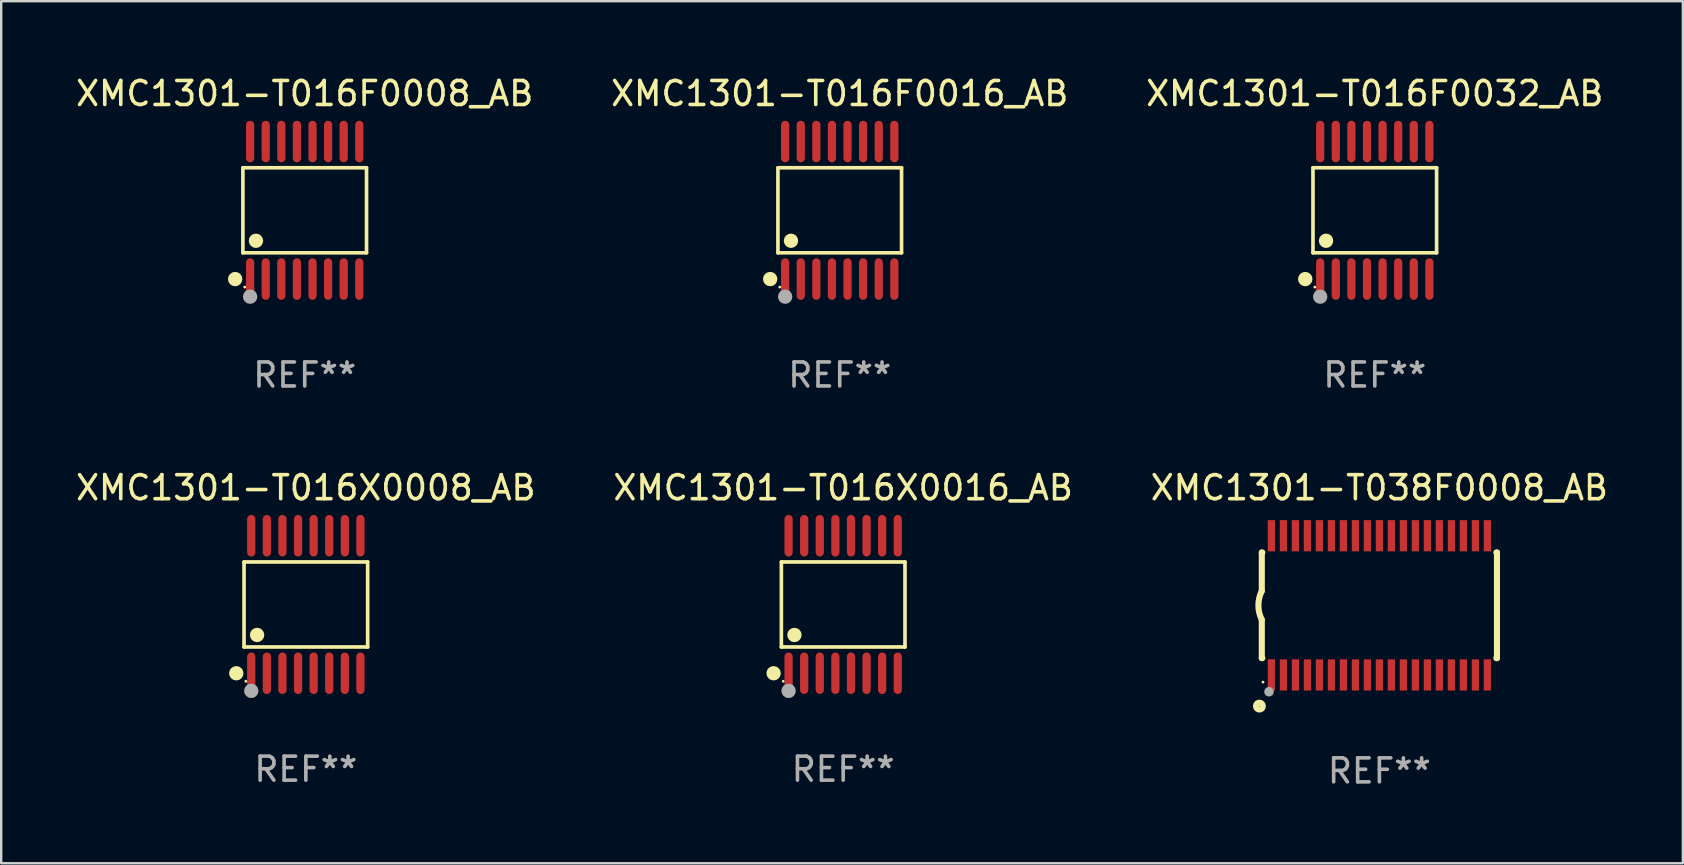
<source format=kicad_pcb>
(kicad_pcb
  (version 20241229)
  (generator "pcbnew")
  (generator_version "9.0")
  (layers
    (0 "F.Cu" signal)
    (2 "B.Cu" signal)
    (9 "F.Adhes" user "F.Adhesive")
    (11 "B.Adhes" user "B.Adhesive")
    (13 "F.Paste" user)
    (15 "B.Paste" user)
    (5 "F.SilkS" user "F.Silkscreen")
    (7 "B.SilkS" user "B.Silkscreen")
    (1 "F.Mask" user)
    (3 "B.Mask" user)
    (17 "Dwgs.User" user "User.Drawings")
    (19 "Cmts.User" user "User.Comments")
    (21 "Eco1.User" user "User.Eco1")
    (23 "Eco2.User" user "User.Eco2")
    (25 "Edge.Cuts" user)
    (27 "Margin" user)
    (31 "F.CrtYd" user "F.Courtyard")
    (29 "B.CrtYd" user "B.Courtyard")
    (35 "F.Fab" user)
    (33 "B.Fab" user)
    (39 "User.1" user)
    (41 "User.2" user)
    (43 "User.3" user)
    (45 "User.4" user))
  (footprint "XMC1301-T038F0008_AB"
    (layer "F.Cu")
    (at 54.435 22.177)
    (property "Reference" "XMC1301-T038F0008_AB" (at 0 -4.901 0) (layer "F.SilkS") (effects (font (size 1 1) (thickness 0.15))))
    (attr through_hole)
    (fp_line (start -4.9 -2.2) (end -4.9 -0.6) (stroke (width 0.254) (type solid)) (layer "F.SilkS"))
    (fp_line (start -4.9 -2.2) (end -4.876 -2.2) (stroke (width 0.254) (type solid)) (layer "F.SilkS"))
    (fp_line (start -4.9 2.2) (end -4.9 0.6) (stroke (width 0.254) (type solid)) (layer "F.SilkS"))
    (fp_line (start -4.9 2.2) (end -4.877 2.2) (stroke (width 0.254) (type solid)) (layer "F.SilkS"))
    (fp_line (start 4.876 -2.2) (end 4.9 -2.2) (stroke (width 0.254) (type solid)) (layer "F.SilkS"))
    (fp_line (start 4.877 2.2) (end 4.9 2.2) (stroke (width 0.254) (type solid)) (layer "F.SilkS"))
    (fp_line (start 4.9 -2.2) (end 4.9 2.2) (stroke (width 0.254) (type solid)) (layer "F.SilkS"))
    (fp_arc (start -4.900051 0.599822) (mid -5.041652 -0.000095) (end -4.9 -0.6) (stroke (width 0.254001) (type solid)) (layer "F.SilkS"))
    (fp_circle (center -5 4.2) (end -4.857 4.2) (stroke (width 0.254) (type solid)) (fill no) (layer "F.SilkS"))
    (fp_circle (center -4.85 3.2) (end -4.82 3.2) (stroke (width 0.06) (type solid)) (fill no) (layer "F.SilkS"))
    (fp_circle (center -4.6 3.6) (end -4.5 3.6) (stroke (width 0.2) (type solid)) (fill no) (layer "F.Fab"))
    (fp_text user "REF**" (at 0 6.901 0) (layer "F.Fab") (effects (font (size 1 1) (thickness 0.15))))
    (pad "1" smd rect (at -4.501 2.899 90) (size 1.3 0.3) (layers "F.Cu" "F.Mask" "F.Paste"))
    (pad "2" smd rect (at -3.999 2.901 90) (size 1.3 0.3) (layers "F.Cu" "F.Mask" "F.Paste"))
    (pad "3" smd rect (at -3.498 2.901 90) (size 1.3 0.3) (layers "F.Cu" "F.Mask" "F.Paste"))
    (pad "4" smd rect (at -2.999 2.901 90) (size 1.3 0.3) (layers "F.Cu" "F.Mask" "F.Paste"))
    (pad "5" smd rect (at -2.499 2.901 90) (size 1.3 0.3) (layers "F.Cu" "F.Mask" "F.Paste"))
    (pad "6" smd rect (at -1.999 2.901 90) (size 1.3 0.3) (layers "F.Cu" "F.Mask" "F.Paste"))
    (pad "7" smd rect (at -1.499 2.901 90) (size 1.3 0.3) (layers "F.Cu" "F.Mask" "F.Paste"))
    (pad "8" smd rect (at -0.999 2.901 90) (size 1.3 0.3) (layers "F.Cu" "F.Mask" "F.Paste"))
    (pad "9" smd rect (at -0.499 2.901 90) (size 1.3 0.3) (layers "F.Cu" "F.Mask" "F.Paste"))
    (pad "10" smd rect (at 0.001 2.901 90) (size 1.3 0.3) (layers "F.Cu" "F.Mask" "F.Paste"))
    (pad "11" smd rect (at 0.501 2.901 90) (size 1.3 0.3) (layers "F.Cu" "F.Mask" "F.Paste"))
    (pad "12" smd rect (at 1.001 2.901 90) (size 1.3 0.3) (layers "F.Cu" "F.Mask" "F.Paste"))
    (pad "13" smd rect (at 1.501 2.901 90) (size 1.3 0.3) (layers "F.Cu" "F.Mask" "F.Paste"))
    (pad "14" smd rect (at 2.001 2.901 90) (size 1.3 0.3) (layers "F.Cu" "F.Mask" "F.Paste"))
    (pad "15" smd rect (at 2.501 2.901 90) (size 1.3 0.3) (layers "F.Cu" "F.Mask" "F.Paste"))
    (pad "16" smd rect (at 3.001 2.901 90) (size 1.3 0.3) (layers "F.Cu" "F.Mask" "F.Paste"))
    (pad "17" smd rect (at 3.501 2.901 90) (size 1.3 0.3) (layers "F.Cu" "F.Mask" "F.Paste"))
    (pad "18" smd rect (at 4.001 2.901 90) (size 1.3 0.3) (layers "F.Cu" "F.Mask" "F.Paste"))
    (pad "19" smd rect (at 4.501 2.901 90) (size 1.3 0.3) (layers "F.Cu" "F.Mask" "F.Paste"))
    (pad "20" smd rect (at 4.501 -2.899 90) (size 1.3 0.3) (layers "F.Cu" "F.Mask" "F.Paste"))
    (pad "21" smd rect (at 4.001 -2.9 90) (size 1.3 0.3) (layers "F.Cu" "F.Mask" "F.Paste"))
    (pad "22" smd rect (at 3.501 -2.899 90) (size 1.3 0.3) (layers "F.Cu" "F.Mask" "F.Paste"))
    (pad "23" smd rect (at 3.002 -2.899 90) (size 1.3 0.3) (layers "F.Cu" "F.Mask" "F.Paste"))
    (pad "24" smd rect (at 2.499 -2.901 90) (size 1.3 0.3) (layers "F.Cu" "F.Mask" "F.Paste"))
    (pad "25" smd rect (at 2 -2.9 90) (size 1.3 0.3) (layers "F.Cu" "F.Mask" "F.Paste"))
    (pad "26" smd rect (at 1.5 -2.9 90) (size 1.3 0.3) (layers "F.Cu" "F.Mask" "F.Paste"))
    (pad "27" smd rect (at 1 -2.9 90) (size 1.3 0.3) (layers "F.Cu" "F.Mask" "F.Paste"))
    (pad "28" smd rect (at 0.5 -2.9 90) (size 1.3 0.3) (layers "F.Cu" "F.Mask" "F.Paste"))
    (pad "29" smd rect (at 0.000127 -2.9 90) (size 1.3 0.3) (layers "F.Cu" "F.Mask" "F.Paste"))
    (pad "30" smd rect (at -0.5 -2.9 90) (size 1.3 0.3) (layers "F.Cu" "F.Mask" "F.Paste"))
    (pad "31" smd rect (at -1 -2.9 90) (size 1.3 0.3) (layers "F.Cu" "F.Mask" "F.Paste"))
    (pad "32" smd rect (at -1.5 -2.9 90) (size 1.3 0.3) (layers "F.Cu" "F.Mask" "F.Paste"))
    (pad "33" smd rect (at -2 -2.9 90) (size 1.3 0.3) (layers "F.Cu" "F.Mask" "F.Paste"))
    (pad "34" smd rect (at -2.5 -2.9 90) (size 1.3 0.3) (layers "F.Cu" "F.Mask" "F.Paste"))
    (pad "35" smd rect (at -3 -2.9 90) (size 1.3 0.3) (layers "F.Cu" "F.Mask" "F.Paste"))
    (pad "36" smd rect (at -3.5 -2.9 90) (size 1.3 0.3) (layers "F.Cu" "F.Mask" "F.Paste"))
    (pad "37" smd rect (at -4 -2.9 90) (size 1.3 0.3) (layers "F.Cu" "F.Mask" "F.Paste"))
    (pad "38" smd rect (at -4.5 -2.9 90) (size 1.3 0.3) (layers "F.Cu" "F.Mask" "F.Paste")))
  (footprint "XMC1301-T016F0008_AB"
    (layer "F.Cu")
    (at 9.649 5.714)
    (property "Reference" "XMC1301-T016F0008_AB" (at 0 -4.866 0) (layer "F.SilkS") (effects (font (size 1 1) (thickness 0.15))))
    (attr through_hole)
    (fp_line (start -2.576 -1.772) (end 2.576 -1.772) (stroke (width 0.152) (type solid)) (layer "F.SilkS"))
    (fp_line (start -2.576 1.771) (end -2.576 -1.772) (stroke (width 0.152) (type solid)) (layer "F.SilkS"))
    (fp_line (start 2.576 -1.772) (end 2.576 1.771) (stroke (width 0.152) (type solid)) (layer "F.SilkS"))
    (fp_line (start 2.576 1.771) (end -2.576 1.771) (stroke (width 0.152) (type solid)) (layer "F.SilkS"))
    (fp_circle (center -2.899 2.866) (end -2.749 2.866) (stroke (width 0.3) (type solid)) (fill no) (layer "F.SilkS"))
    (fp_circle (center -2.5 3.2) (end -2.47 3.2) (stroke (width 0.06) (type solid)) (fill no) (layer "F.SilkS"))
    (fp_circle (center -2.032 1.27) (end -1.882 1.27) (stroke (width 0.3) (type solid)) (fill no) (layer "F.SilkS"))
    (fp_circle (center -2.275 3.6) (end -2.125 3.6) (stroke (width 0.3) (type solid)) (fill no) (layer "F.Fab"))
    (fp_text user "REF**" (at 0 6.866 0) (layer "F.Fab") (effects (font (size 1 1) (thickness 0.15))))
    (pad "1" smd oval (at -2.275 2.866) (size 0.343 1.731) (layers "F.Cu" "F.Mask" "F.Paste"))
    (pad "2" smd oval (at -1.625 2.866) (size 0.343 1.731) (layers "F.Cu" "F.Mask" "F.Paste"))
    (pad "3" smd oval (at -0.975 2.866) (size 0.343 1.731) (layers "F.Cu" "F.Mask" "F.Paste"))
    (pad "4" smd oval (at -0.325 2.866) (size 0.343 1.731) (layers "F.Cu" "F.Mask" "F.Paste"))
    (pad "5" smd oval (at 0.325 2.866) (size 0.343 1.731) (layers "F.Cu" "F.Mask" "F.Paste"))
    (pad "6" smd oval (at 0.975 2.866) (size 0.343 1.731) (layers "F.Cu" "F.Mask" "F.Paste"))
    (pad "7" smd oval (at 1.625 2.866) (size 0.343 1.731) (layers "F.Cu" "F.Mask" "F.Paste"))
    (pad "8" smd oval (at 2.275 2.866) (size 0.343 1.731) (layers "F.Cu" "F.Mask" "F.Paste"))
    (pad "9" smd oval (at 2.275 -2.866) (size 0.343 1.731) (layers "F.Cu" "F.Mask" "F.Paste"))
    (pad "10" smd oval (at 1.625 -2.866) (size 0.343 1.731) (layers "F.Cu" "F.Mask" "F.Paste"))
    (pad "11" smd oval (at 0.975 -2.866) (size 0.343 1.731) (layers "F.Cu" "F.Mask" "F.Paste"))
    (pad "12" smd oval (at 0.325 -2.866) (size 0.343 1.731) (layers "F.Cu" "F.Mask" "F.Paste"))
    (pad "13" smd oval (at -0.325 -2.866) (size 0.343 1.731) (layers "F.Cu" "F.Mask" "F.Paste"))
    (pad "14" smd oval (at -0.975 -2.866) (size 0.343 1.731) (layers "F.Cu" "F.Mask" "F.Paste"))
    (pad "15" smd oval (at -1.625 -2.866) (size 0.343 1.731) (layers "F.Cu" "F.Mask" "F.Paste"))
    (pad "16" smd oval (at -2.275 -2.866) (size 0.343 1.731) (layers "F.Cu" "F.Mask" "F.Paste")))
  (footprint "XMC1301-T016X0016_AB"
    (layer "F.Cu")
    (at 32.089 22.142)
    (property "Reference" "XMC1301-T016X0016_AB" (at 0 -4.866 0) (layer "F.SilkS") (effects (font (size 1 1) (thickness 0.15))))
    (attr through_hole)
    (fp_line (start -2.576 -1.772) (end 2.576 -1.772) (stroke (width 0.152) (type solid)) (layer "F.SilkS"))
    (fp_line (start -2.576 1.771) (end -2.576 -1.772) (stroke (width 0.152) (type solid)) (layer "F.SilkS"))
    (fp_line (start 2.576 -1.772) (end 2.576 1.771) (stroke (width 0.152) (type solid)) (layer "F.SilkS"))
    (fp_line (start 2.576 1.771) (end -2.576 1.771) (stroke (width 0.152) (type solid)) (layer "F.SilkS"))
    (fp_circle (center -2.899 2.866) (end -2.749 2.866) (stroke (width 0.3) (type solid)) (fill no) (layer "F.SilkS"))
    (fp_circle (center -2.5 3.2) (end -2.47 3.2) (stroke (width 0.06) (type solid)) (fill no) (layer "F.SilkS"))
    (fp_circle (center -2.032 1.27) (end -1.882 1.27) (stroke (width 0.3) (type solid)) (fill no) (layer "F.SilkS"))
    (fp_circle (center -2.275 3.6) (end -2.125 3.6) (stroke (width 0.3) (type solid)) (fill no) (layer "F.Fab"))
    (fp_text user "REF**" (at 0 6.866 0) (layer "F.Fab") (effects (font (size 1 1) (thickness 0.15))))
    (pad "1" smd oval (at -2.275 2.866) (size 0.343 1.731) (layers "F.Cu" "F.Mask" "F.Paste"))
    (pad "2" smd oval (at -1.625 2.866) (size 0.343 1.731) (layers "F.Cu" "F.Mask" "F.Paste"))
    (pad "3" smd oval (at -0.975 2.866) (size 0.343 1.731) (layers "F.Cu" "F.Mask" "F.Paste"))
    (pad "4" smd oval (at -0.325 2.866) (size 0.343 1.731) (layers "F.Cu" "F.Mask" "F.Paste"))
    (pad "5" smd oval (at 0.325 2.866) (size 0.343 1.731) (layers "F.Cu" "F.Mask" "F.Paste"))
    (pad "6" smd oval (at 0.975 2.866) (size 0.343 1.731) (layers "F.Cu" "F.Mask" "F.Paste"))
    (pad "7" smd oval (at 1.625 2.866) (size 0.343 1.731) (layers "F.Cu" "F.Mask" "F.Paste"))
    (pad "8" smd oval (at 2.275 2.866) (size 0.343 1.731) (layers "F.Cu" "F.Mask" "F.Paste"))
    (pad "9" smd oval (at 2.275 -2.866) (size 0.343 1.731) (layers "F.Cu" "F.Mask" "F.Paste"))
    (pad "10" smd oval (at 1.625 -2.866) (size 0.343 1.731) (layers "F.Cu" "F.Mask" "F.Paste"))
    (pad "11" smd oval (at 0.975 -2.866) (size 0.343 1.731) (layers "F.Cu" "F.Mask" "F.Paste"))
    (pad "12" smd oval (at 0.325 -2.866) (size 0.343 1.731) (layers "F.Cu" "F.Mask" "F.Paste"))
    (pad "13" smd oval (at -0.325 -2.866) (size 0.343 1.731) (layers "F.Cu" "F.Mask" "F.Paste"))
    (pad "14" smd oval (at -0.975 -2.866) (size 0.343 1.731) (layers "F.Cu" "F.Mask" "F.Paste"))
    (pad "15" smd oval (at -1.625 -2.866) (size 0.343 1.731) (layers "F.Cu" "F.Mask" "F.Paste"))
    (pad "16" smd oval (at -2.275 -2.866) (size 0.343 1.731) (layers "F.Cu" "F.Mask" "F.Paste")))
  (footprint "XMC1301-T016X0008_AB"
    (layer "F.Cu")
    (at 9.696 22.142)
    (property "Reference" "XMC1301-T016X0008_AB" (at 0 -4.866 0) (layer "F.SilkS") (effects (font (size 1 1) (thickness 0.15))))
    (attr through_hole)
    (fp_line (start -2.576 -1.772) (end 2.576 -1.772) (stroke (width 0.152) (type solid)) (layer "F.SilkS"))
    (fp_line (start -2.576 1.771) (end -2.576 -1.772) (stroke (width 0.152) (type solid)) (layer "F.SilkS"))
    (fp_line (start 2.576 -1.772) (end 2.576 1.771) (stroke (width 0.152) (type solid)) (layer "F.SilkS"))
    (fp_line (start 2.576 1.771) (end -2.576 1.771) (stroke (width 0.152) (type solid)) (layer "F.SilkS"))
    (fp_circle (center -2.899 2.866) (end -2.749 2.866) (stroke (width 0.3) (type solid)) (fill no) (layer "F.SilkS"))
    (fp_circle (center -2.5 3.2) (end -2.47 3.2) (stroke (width 0.06) (type solid)) (fill no) (layer "F.SilkS"))
    (fp_circle (center -2.032 1.27) (end -1.882 1.27) (stroke (width 0.3) (type solid)) (fill no) (layer "F.SilkS"))
    (fp_circle (center -2.275 3.6) (end -2.125 3.6) (stroke (width 0.3) (type solid)) (fill no) (layer "F.Fab"))
    (fp_text user "REF**" (at 0 6.866 0) (layer "F.Fab") (effects (font (size 1 1) (thickness 0.15))))
    (pad "1" smd oval (at -2.275 2.866) (size 0.343 1.731) (layers "F.Cu" "F.Mask" "F.Paste"))
    (pad "2" smd oval (at -1.625 2.866) (size 0.343 1.731) (layers "F.Cu" "F.Mask" "F.Paste"))
    (pad "3" smd oval (at -0.975 2.866) (size 0.343 1.731) (layers "F.Cu" "F.Mask" "F.Paste"))
    (pad "4" smd oval (at -0.325 2.866) (size 0.343 1.731) (layers "F.Cu" "F.Mask" "F.Paste"))
    (pad "5" smd oval (at 0.325 2.866) (size 0.343 1.731) (layers "F.Cu" "F.Mask" "F.Paste"))
    (pad "6" smd oval (at 0.975 2.866) (size 0.343 1.731) (layers "F.Cu" "F.Mask" "F.Paste"))
    (pad "7" smd oval (at 1.625 2.866) (size 0.343 1.731) (layers "F.Cu" "F.Mask" "F.Paste"))
    (pad "8" smd oval (at 2.275 2.866) (size 0.343 1.731) (layers "F.Cu" "F.Mask" "F.Paste"))
    (pad "9" smd oval (at 2.275 -2.866) (size 0.343 1.731) (layers "F.Cu" "F.Mask" "F.Paste"))
    (pad "10" smd oval (at 1.625 -2.866) (size 0.343 1.731) (layers "F.Cu" "F.Mask" "F.Paste"))
    (pad "11" smd oval (at 0.975 -2.866) (size 0.343 1.731) (layers "F.Cu" "F.Mask" "F.Paste"))
    (pad "12" smd oval (at 0.325 -2.866) (size 0.343 1.731) (layers "F.Cu" "F.Mask" "F.Paste"))
    (pad "13" smd oval (at -0.325 -2.866) (size 0.343 1.731) (layers "F.Cu" "F.Mask" "F.Paste"))
    (pad "14" smd oval (at -0.975 -2.866) (size 0.343 1.731) (layers "F.Cu" "F.Mask" "F.Paste"))
    (pad "15" smd oval (at -1.625 -2.866) (size 0.343 1.731) (layers "F.Cu" "F.Mask" "F.Paste"))
    (pad "16" smd oval (at -2.275 -2.866) (size 0.343 1.731) (layers "F.Cu" "F.Mask" "F.Paste")))
  (footprint "XMC1301-T016F0032_AB"
    (layer "F.Cu")
    (at 54.244 5.714)
    (property "Reference" "XMC1301-T016F0032_AB" (at 0 -4.866 0) (layer "F.SilkS") (effects (font (size 1 1) (thickness 0.15))))
    (attr through_hole)
    (fp_line (start -2.576 -1.772) (end 2.576 -1.772) (stroke (width 0.152) (type solid)) (layer "F.SilkS"))
    (fp_line (start -2.576 1.771) (end -2.576 -1.772) (stroke (width 0.152) (type solid)) (layer "F.SilkS"))
    (fp_line (start 2.576 -1.772) (end 2.576 1.771) (stroke (width 0.152) (type solid)) (layer "F.SilkS"))
    (fp_line (start 2.576 1.771) (end -2.576 1.771) (stroke (width 0.152) (type solid)) (layer "F.SilkS"))
    (fp_circle (center -2.899 2.866) (end -2.749 2.866) (stroke (width 0.3) (type solid)) (fill no) (layer "F.SilkS"))
    (fp_circle (center -2.5 3.2) (end -2.47 3.2) (stroke (width 0.06) (type solid)) (fill no) (layer "F.SilkS"))
    (fp_circle (center -2.032 1.27) (end -1.882 1.27) (stroke (width 0.3) (type solid)) (fill no) (layer "F.SilkS"))
    (fp_circle (center -2.275 3.6) (end -2.125 3.6) (stroke (width 0.3) (type solid)) (fill no) (layer "F.Fab"))
    (fp_text user "REF**" (at 0 6.866 0) (layer "F.Fab") (effects (font (size 1 1) (thickness 0.15))))
    (pad "1" smd oval (at -2.275 2.866) (size 0.343 1.731) (layers "F.Cu" "F.Mask" "F.Paste"))
    (pad "2" smd oval (at -1.625 2.866) (size 0.343 1.731) (layers "F.Cu" "F.Mask" "F.Paste"))
    (pad "3" smd oval (at -0.975 2.866) (size 0.343 1.731) (layers "F.Cu" "F.Mask" "F.Paste"))
    (pad "4" smd oval (at -0.325 2.866) (size 0.343 1.731) (layers "F.Cu" "F.Mask" "F.Paste"))
    (pad "5" smd oval (at 0.325 2.866) (size 0.343 1.731) (layers "F.Cu" "F.Mask" "F.Paste"))
    (pad "6" smd oval (at 0.975 2.866) (size 0.343 1.731) (layers "F.Cu" "F.Mask" "F.Paste"))
    (pad "7" smd oval (at 1.625 2.866) (size 0.343 1.731) (layers "F.Cu" "F.Mask" "F.Paste"))
    (pad "8" smd oval (at 2.275 2.866) (size 0.343 1.731) (layers "F.Cu" "F.Mask" "F.Paste"))
    (pad "9" smd oval (at 2.275 -2.866) (size 0.343 1.731) (layers "F.Cu" "F.Mask" "F.Paste"))
    (pad "10" smd oval (at 1.625 -2.866) (size 0.343 1.731) (layers "F.Cu" "F.Mask" "F.Paste"))
    (pad "11" smd oval (at 0.975 -2.866) (size 0.343 1.731) (layers "F.Cu" "F.Mask" "F.Paste"))
    (pad "12" smd oval (at 0.325 -2.866) (size 0.343 1.731) (layers "F.Cu" "F.Mask" "F.Paste"))
    (pad "13" smd oval (at -0.325 -2.866) (size 0.343 1.731) (layers "F.Cu" "F.Mask" "F.Paste"))
    (pad "14" smd oval (at -0.975 -2.866) (size 0.343 1.731) (layers "F.Cu" "F.Mask" "F.Paste"))
    (pad "15" smd oval (at -1.625 -2.866) (size 0.343 1.731) (layers "F.Cu" "F.Mask" "F.Paste"))
    (pad "16" smd oval (at -2.275 -2.866) (size 0.343 1.731) (layers "F.Cu" "F.Mask" "F.Paste")))
  (footprint "XMC1301-T016F0016_AB"
    (layer "F.Cu")
    (at 31.946 5.714)
    (property "Reference" "XMC1301-T016F0016_AB" (at 0 -4.866 0) (layer "F.SilkS") (effects (font (size 1 1) (thickness 0.15))))
    (attr through_hole)
    (fp_line (start -2.576 -1.772) (end 2.576 -1.772) (stroke (width 0.152) (type solid)) (layer "F.SilkS"))
    (fp_line (start -2.576 1.771) (end -2.576 -1.772) (stroke (width 0.152) (type solid)) (layer "F.SilkS"))
    (fp_line (start 2.576 -1.772) (end 2.576 1.771) (stroke (width 0.152) (type solid)) (layer "F.SilkS"))
    (fp_line (start 2.576 1.771) (end -2.576 1.771) (stroke (width 0.152) (type solid)) (layer "F.SilkS"))
    (fp_circle (center -2.899 2.866) (end -2.749 2.866) (stroke (width 0.3) (type solid)) (fill no) (layer "F.SilkS"))
    (fp_circle (center -2.5 3.2) (end -2.47 3.2) (stroke (width 0.06) (type solid)) (fill no) (layer "F.SilkS"))
    (fp_circle (center -2.032 1.27) (end -1.882 1.27) (stroke (width 0.3) (type solid)) (fill no) (layer "F.SilkS"))
    (fp_circle (center -2.275 3.6) (end -2.125 3.6) (stroke (width 0.3) (type solid)) (fill no) (layer "F.Fab"))
    (fp_text user "REF**" (at 0 6.866 0) (layer "F.Fab") (effects (font (size 1 1) (thickness 0.15))))
    (pad "1" smd oval (at -2.275 2.866) (size 0.343 1.731) (layers "F.Cu" "F.Mask" "F.Paste"))
    (pad "2" smd oval (at -1.625 2.866) (size 0.343 1.731) (layers "F.Cu" "F.Mask" "F.Paste"))
    (pad "3" smd oval (at -0.975 2.866) (size 0.343 1.731) (layers "F.Cu" "F.Mask" "F.Paste"))
    (pad "4" smd oval (at -0.325 2.866) (size 0.343 1.731) (layers "F.Cu" "F.Mask" "F.Paste"))
    (pad "5" smd oval (at 0.325 2.866) (size 0.343 1.731) (layers "F.Cu" "F.Mask" "F.Paste"))
    (pad "6" smd oval (at 0.975 2.866) (size 0.343 1.731) (layers "F.Cu" "F.Mask" "F.Paste"))
    (pad "7" smd oval (at 1.625 2.866) (size 0.343 1.731) (layers "F.Cu" "F.Mask" "F.Paste"))
    (pad "8" smd oval (at 2.275 2.866) (size 0.343 1.731) (layers "F.Cu" "F.Mask" "F.Paste"))
    (pad "9" smd oval (at 2.275 -2.866) (size 0.343 1.731) (layers "F.Cu" "F.Mask" "F.Paste"))
    (pad "10" smd oval (at 1.625 -2.866) (size 0.343 1.731) (layers "F.Cu" "F.Mask" "F.Paste"))
    (pad "11" smd oval (at 0.975 -2.866) (size 0.343 1.731) (layers "F.Cu" "F.Mask" "F.Paste"))
    (pad "12" smd oval (at 0.325 -2.866) (size 0.343 1.731) (layers "F.Cu" "F.Mask" "F.Paste"))
    (pad "13" smd oval (at -0.325 -2.866) (size 0.343 1.731) (layers "F.Cu" "F.Mask" "F.Paste"))
    (pad "14" smd oval (at -0.975 -2.866) (size 0.343 1.731) (layers "F.Cu" "F.Mask" "F.Paste"))
    (pad "15" smd oval (at -1.625 -2.866) (size 0.343 1.731) (layers "F.Cu" "F.Mask" "F.Paste"))
    (pad "16" smd oval (at -2.275 -2.866) (size 0.343 1.731) (layers "F.Cu" "F.Mask" "F.Paste")))
  (gr_rect
    (start -3 -3)
    (end 67.083 32.927)
    (stroke (width 0.1) (type default))
    (fill no)
    (layer "Edge.Cuts")))
</source>
